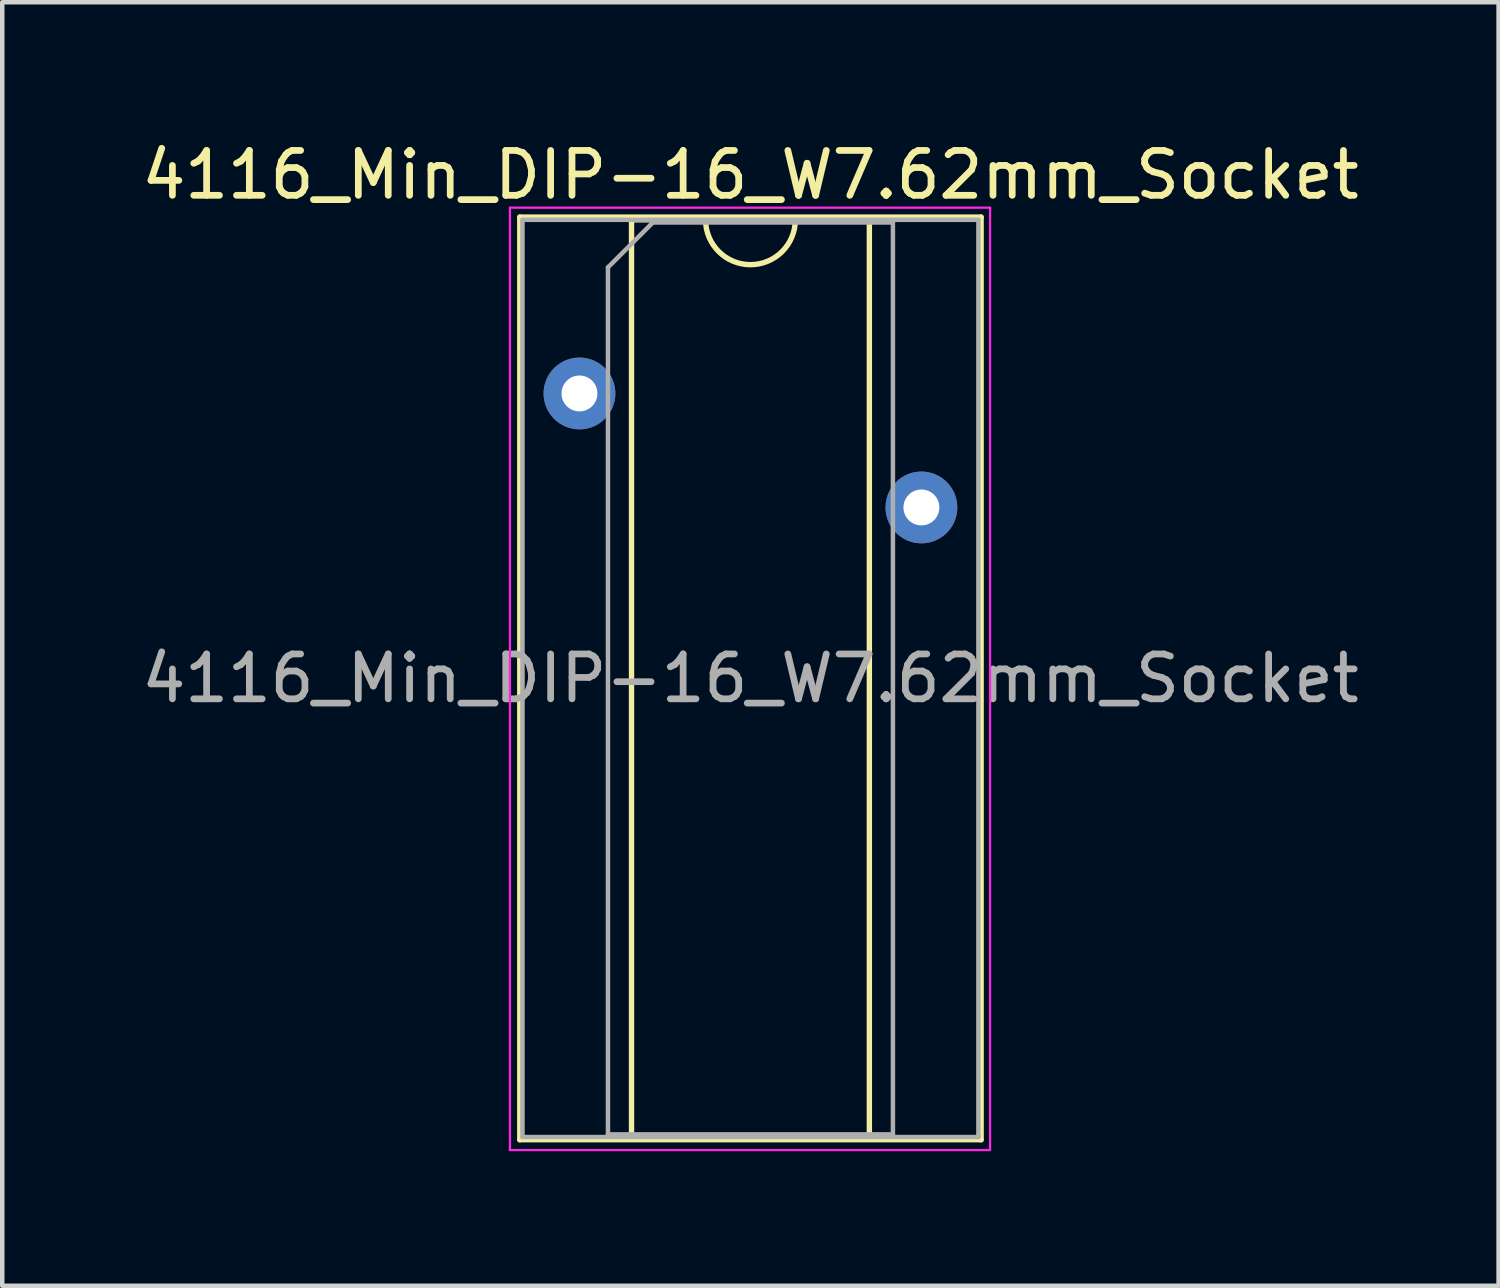
<source format=kicad_pcb>
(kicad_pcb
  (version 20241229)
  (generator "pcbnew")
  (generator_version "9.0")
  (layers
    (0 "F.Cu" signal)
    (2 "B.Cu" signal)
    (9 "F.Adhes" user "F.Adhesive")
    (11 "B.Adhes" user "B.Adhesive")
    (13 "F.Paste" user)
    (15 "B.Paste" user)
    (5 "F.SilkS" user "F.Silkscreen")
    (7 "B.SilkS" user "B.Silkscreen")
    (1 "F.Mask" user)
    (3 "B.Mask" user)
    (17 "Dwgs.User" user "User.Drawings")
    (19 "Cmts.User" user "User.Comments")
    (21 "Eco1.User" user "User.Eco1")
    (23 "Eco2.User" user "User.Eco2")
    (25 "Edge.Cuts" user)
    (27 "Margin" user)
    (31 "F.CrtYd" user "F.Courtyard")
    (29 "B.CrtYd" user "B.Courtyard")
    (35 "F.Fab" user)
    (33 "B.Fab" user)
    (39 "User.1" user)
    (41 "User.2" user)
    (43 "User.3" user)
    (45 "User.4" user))
  (footprint "4116_Min_DIP-16_W7.62mm_Socket"
    (layer "F.Cu")
    (at 9.863 3.178)
    (property "Reference" "4116_Min_DIP-16_W7.62mm_Socket" (at 3.81 -2.33 0) (layer "F.SilkS") (effects (font (size 1 1) (thickness 0.15))))
    (attr through_hole)
    (fp_line (start -1.33 -1.39) (end -1.33 19.17) (stroke (width 0.12) (type solid)) (layer "F.SilkS"))
    (fp_line (start -1.33 19.17) (end 8.95 19.17) (stroke (width 0.12) (type solid)) (layer "F.SilkS"))
    (fp_line (start 1.16 -1.33) (end 1.16 19.11) (stroke (width 0.12) (type solid)) (layer "F.SilkS"))
    (fp_line (start 1.16 19.11) (end 6.46 19.11) (stroke (width 0.12) (type solid)) (layer "F.SilkS"))
    (fp_line (start 2.81 -1.33) (end 1.16 -1.33) (stroke (width 0.12) (type solid)) (layer "F.SilkS"))
    (fp_line (start 6.46 -1.33) (end 4.81 -1.33) (stroke (width 0.12) (type solid)) (layer "F.SilkS"))
    (fp_line (start 6.46 19.11) (end 6.46 -1.33) (stroke (width 0.12) (type solid)) (layer "F.SilkS"))
    (fp_line (start 8.95 -1.39) (end -1.33 -1.39) (stroke (width 0.12) (type solid)) (layer "F.SilkS"))
    (fp_line (start 8.95 19.17) (end 8.95 -1.39) (stroke (width 0.12) (type solid)) (layer "F.SilkS"))
    (fp_arc (start 4.81 -1.33) (mid 3.81 -0.33) (end 2.81 -1.33) (stroke (width 0.12) (type solid)) (layer "F.SilkS"))
    (fp_line (start -1.55 -1.6) (end -1.55 19.4) (stroke (width 0.05) (type solid)) (layer "F.CrtYd"))
    (fp_line (start -1.55 19.4) (end 9.15 19.4) (stroke (width 0.05) (type solid)) (layer "F.CrtYd"))
    (fp_line (start 9.15 -1.6) (end -1.55 -1.6) (stroke (width 0.05) (type solid)) (layer "F.CrtYd"))
    (fp_line (start 9.15 19.4) (end 9.15 -1.6) (stroke (width 0.05) (type solid)) (layer "F.CrtYd"))
    (fp_line (start -1.27 -1.33) (end -1.27 19.11) (stroke (width 0.1) (type solid)) (layer "F.Fab"))
    (fp_line (start -1.27 19.11) (end 8.89 19.11) (stroke (width 0.1) (type solid)) (layer "F.Fab"))
    (fp_line (start 0.635 -0.27) (end 1.635 -1.27) (stroke (width 0.1) (type solid)) (layer "F.Fab"))
    (fp_line (start 0.635 19.05) (end 0.635 -0.27) (stroke (width 0.1) (type solid)) (layer "F.Fab"))
    (fp_line (start 1.635 -1.27) (end 6.985 -1.27) (stroke (width 0.1) (type solid)) (layer "F.Fab"))
    (fp_line (start 6.985 -1.27) (end 6.985 19.05) (stroke (width 0.1) (type solid)) (layer "F.Fab"))
    (fp_line (start 6.985 19.05) (end 0.635 19.05) (stroke (width 0.1) (type solid)) (layer "F.Fab"))
    (fp_line (start 8.89 -1.33) (end -1.27 -1.33) (stroke (width 0.1) (type solid)) (layer "F.Fab"))
    (fp_line (start 8.89 19.11) (end 8.89 -1.33) (stroke (width 0.1) (type solid)) (layer "F.Fab"))
    (fp_text user "${REFERENCE}" (at 3.81 8.89 0) (layer "F.Fab") (effects (font (size 1 1) (thickness 0.15))))
    (pad "2" thru_hole oval (at 0 2.54) (size 1.6 1.6) (drill 0.8) (layers "*.Cu" "*.Mask"))
    (pad "14" thru_hole oval (at 7.62 5.08) (size 1.6 1.6) (drill 0.8) (layers "*.Cu" "*.Mask")))
  (gr_rect
    (start -3 -3)
    (end 30.345 25.603)
    (stroke (width 0.1) (type default))
    (fill no)
    (layer "Edge.Cuts")))
</source>
